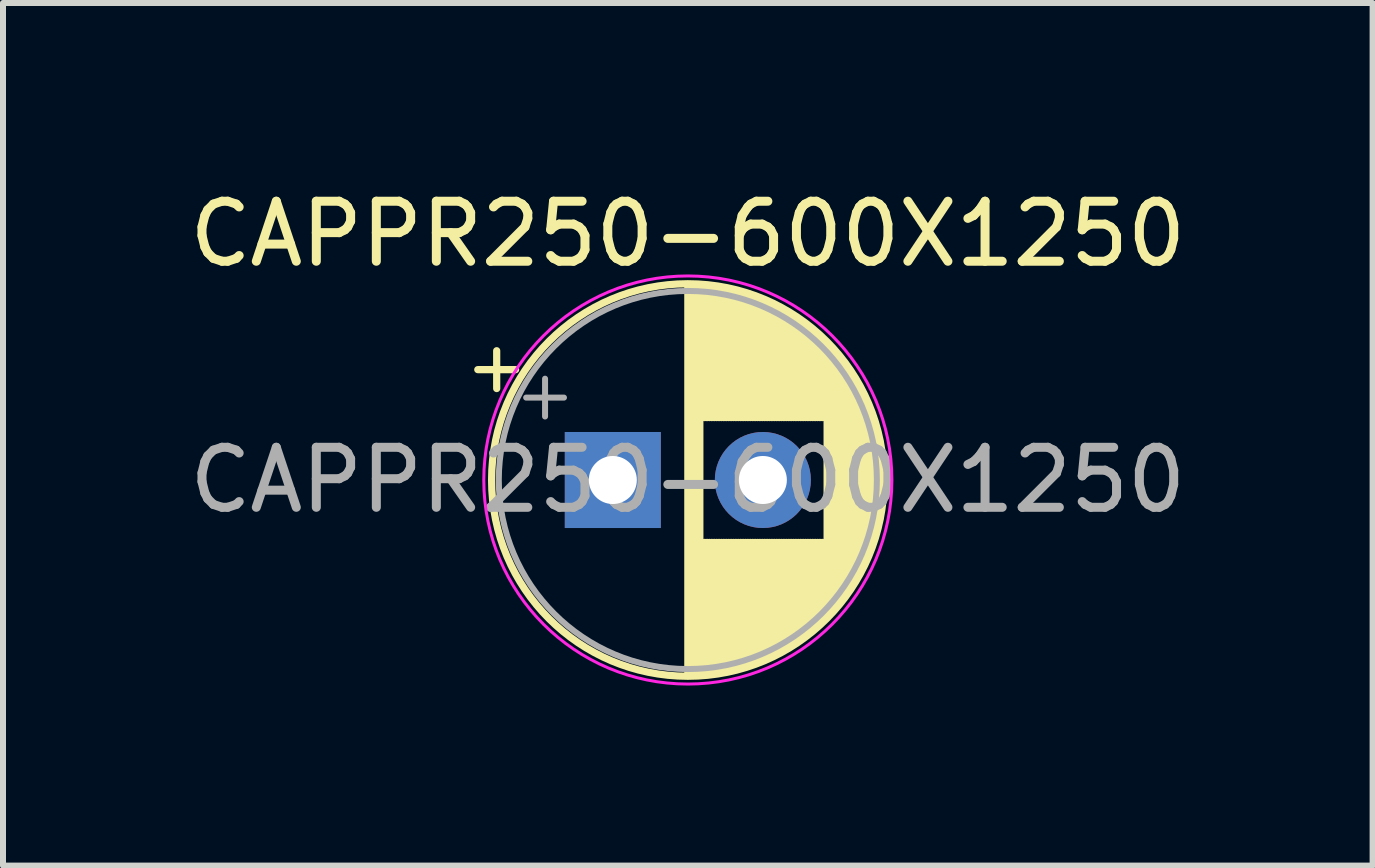
<source format=kicad_pcb>
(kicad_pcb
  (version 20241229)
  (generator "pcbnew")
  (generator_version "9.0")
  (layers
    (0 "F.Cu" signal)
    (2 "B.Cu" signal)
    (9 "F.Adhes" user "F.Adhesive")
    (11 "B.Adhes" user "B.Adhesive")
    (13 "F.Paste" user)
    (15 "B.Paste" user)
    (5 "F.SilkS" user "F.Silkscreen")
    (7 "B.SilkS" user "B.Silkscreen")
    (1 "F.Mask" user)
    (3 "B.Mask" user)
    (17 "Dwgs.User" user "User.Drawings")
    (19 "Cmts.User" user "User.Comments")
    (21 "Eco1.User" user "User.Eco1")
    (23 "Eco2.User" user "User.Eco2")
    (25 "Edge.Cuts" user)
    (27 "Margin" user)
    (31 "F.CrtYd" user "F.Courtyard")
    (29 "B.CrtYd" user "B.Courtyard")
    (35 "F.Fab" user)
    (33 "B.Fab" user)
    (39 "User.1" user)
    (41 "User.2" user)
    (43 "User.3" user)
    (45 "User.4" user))
  (footprint "CAPPR250-600X1250"
    (layer "F.Cu")
    (at 8.411 4.948)
    (property "Reference" "CAPPR250-600X1250" (at 0 -4.1 0) (layer "F.SilkS") (effects (font (size 1 1) (thickness 0.15))))
    (attr through_hole)
    (fp_line (start -3.5 -1.839) (end -2.87 -1.839) (stroke (width 0.12) (type solid)) (layer "F.SilkS"))
    (fp_line (start -3.185 -2.154) (end -3.185 -1.524) (stroke (width 0.12) (type solid)) (layer "F.SilkS"))
    (fp_line (start 0 -3.23) (end 0 3.23) (stroke (width 0.12) (type solid)) (layer "F.SilkS"))
    (fp_line (start 0.04 -3.23) (end 0.04 3.23) (stroke (width 0.12) (type solid)) (layer "F.SilkS"))
    (fp_line (start 0.08 -3.23) (end 0.08 3.23) (stroke (width 0.12) (type solid)) (layer "F.SilkS"))
    (fp_line (start 0.12 -3.228) (end 0.12 3.228) (stroke (width 0.12) (type solid)) (layer "F.SilkS"))
    (fp_line (start 0.16 -3.227) (end 0.16 3.227) (stroke (width 0.12) (type solid)) (layer "F.SilkS"))
    (fp_line (start 0.2 -3.224) (end 0.2 3.224) (stroke (width 0.12) (type solid)) (layer "F.SilkS"))
    (fp_line (start 0.24 -3.222) (end 0.24 -1.04) (stroke (width 0.12) (type solid)) (layer "F.SilkS"))
    (fp_line (start 0.24 1.04) (end 0.24 3.222) (stroke (width 0.12) (type solid)) (layer "F.SilkS"))
    (fp_line (start 0.28 -3.218) (end 0.28 -1.04) (stroke (width 0.12) (type solid)) (layer "F.SilkS"))
    (fp_line (start 0.28 1.04) (end 0.28 3.218) (stroke (width 0.12) (type solid)) (layer "F.SilkS"))
    (fp_line (start 0.32 -3.215) (end 0.32 -1.04) (stroke (width 0.12) (type solid)) (layer "F.SilkS"))
    (fp_line (start 0.32 1.04) (end 0.32 3.215) (stroke (width 0.12) (type solid)) (layer "F.SilkS"))
    (fp_line (start 0.36 -3.211) (end 0.36 -1.04) (stroke (width 0.12) (type solid)) (layer "F.SilkS"))
    (fp_line (start 0.36 1.04) (end 0.36 3.211) (stroke (width 0.12) (type solid)) (layer "F.SilkS"))
    (fp_line (start 0.4 -3.206) (end 0.4 -1.04) (stroke (width 0.12) (type solid)) (layer "F.SilkS"))
    (fp_line (start 0.4 1.04) (end 0.4 3.206) (stroke (width 0.12) (type solid)) (layer "F.SilkS"))
    (fp_line (start 0.44 -3.201) (end 0.44 -1.04) (stroke (width 0.12) (type solid)) (layer "F.SilkS"))
    (fp_line (start 0.44 1.04) (end 0.44 3.201) (stroke (width 0.12) (type solid)) (layer "F.SilkS"))
    (fp_line (start 0.48 -3.195) (end 0.48 -1.04) (stroke (width 0.12) (type solid)) (layer "F.SilkS"))
    (fp_line (start 0.48 1.04) (end 0.48 3.195) (stroke (width 0.12) (type solid)) (layer "F.SilkS"))
    (fp_line (start 0.52 -3.189) (end 0.52 -1.04) (stroke (width 0.12) (type solid)) (layer "F.SilkS"))
    (fp_line (start 0.52 1.04) (end 0.52 3.189) (stroke (width 0.12) (type solid)) (layer "F.SilkS"))
    (fp_line (start 0.56 -3.182) (end 0.56 -1.04) (stroke (width 0.12) (type solid)) (layer "F.SilkS"))
    (fp_line (start 0.56 1.04) (end 0.56 3.182) (stroke (width 0.12) (type solid)) (layer "F.SilkS"))
    (fp_line (start 0.6 -3.175) (end 0.6 -1.04) (stroke (width 0.12) (type solid)) (layer "F.SilkS"))
    (fp_line (start 0.6 1.04) (end 0.6 3.175) (stroke (width 0.12) (type solid)) (layer "F.SilkS"))
    (fp_line (start 0.64 -3.167) (end 0.64 -1.04) (stroke (width 0.12) (type solid)) (layer "F.SilkS"))
    (fp_line (start 0.64 1.04) (end 0.64 3.167) (stroke (width 0.12) (type solid)) (layer "F.SilkS"))
    (fp_line (start 0.68 -3.159) (end 0.68 -1.04) (stroke (width 0.12) (type solid)) (layer "F.SilkS"))
    (fp_line (start 0.68 1.04) (end 0.68 3.159) (stroke (width 0.12) (type solid)) (layer "F.SilkS"))
    (fp_line (start 0.721 -3.15) (end 0.721 -1.04) (stroke (width 0.12) (type solid)) (layer "F.SilkS"))
    (fp_line (start 0.721 1.04) (end 0.721 3.15) (stroke (width 0.12) (type solid)) (layer "F.SilkS"))
    (fp_line (start 0.761 -3.141) (end 0.761 -1.04) (stroke (width 0.12) (type solid)) (layer "F.SilkS"))
    (fp_line (start 0.761 1.04) (end 0.761 3.141) (stroke (width 0.12) (type solid)) (layer "F.SilkS"))
    (fp_line (start 0.801 -3.131) (end 0.801 -1.04) (stroke (width 0.12) (type solid)) (layer "F.SilkS"))
    (fp_line (start 0.801 1.04) (end 0.801 3.131) (stroke (width 0.12) (type solid)) (layer "F.SilkS"))
    (fp_line (start 0.841 -3.121) (end 0.841 -1.04) (stroke (width 0.12) (type solid)) (layer "F.SilkS"))
    (fp_line (start 0.841 1.04) (end 0.841 3.121) (stroke (width 0.12) (type solid)) (layer "F.SilkS"))
    (fp_line (start 0.881 -3.11) (end 0.881 -1.04) (stroke (width 0.12) (type solid)) (layer "F.SilkS"))
    (fp_line (start 0.881 1.04) (end 0.881 3.11) (stroke (width 0.12) (type solid)) (layer "F.SilkS"))
    (fp_line (start 0.921 -3.098) (end 0.921 -1.04) (stroke (width 0.12) (type solid)) (layer "F.SilkS"))
    (fp_line (start 0.921 1.04) (end 0.921 3.098) (stroke (width 0.12) (type solid)) (layer "F.SilkS"))
    (fp_line (start 0.961 -3.086) (end 0.961 -1.04) (stroke (width 0.12) (type solid)) (layer "F.SilkS"))
    (fp_line (start 0.961 1.04) (end 0.961 3.086) (stroke (width 0.12) (type solid)) (layer "F.SilkS"))
    (fp_line (start 1.001 -3.074) (end 1.001 -1.04) (stroke (width 0.12) (type solid)) (layer "F.SilkS"))
    (fp_line (start 1.001 1.04) (end 1.001 3.074) (stroke (width 0.12) (type solid)) (layer "F.SilkS"))
    (fp_line (start 1.041 -3.061) (end 1.041 -1.04) (stroke (width 0.12) (type solid)) (layer "F.SilkS"))
    (fp_line (start 1.041 1.04) (end 1.041 3.061) (stroke (width 0.12) (type solid)) (layer "F.SilkS"))
    (fp_line (start 1.081 -3.047) (end 1.081 -1.04) (stroke (width 0.12) (type solid)) (layer "F.SilkS"))
    (fp_line (start 1.081 1.04) (end 1.081 3.047) (stroke (width 0.12) (type solid)) (layer "F.SilkS"))
    (fp_line (start 1.121 -3.033) (end 1.121 -1.04) (stroke (width 0.12) (type solid)) (layer "F.SilkS"))
    (fp_line (start 1.121 1.04) (end 1.121 3.033) (stroke (width 0.12) (type solid)) (layer "F.SilkS"))
    (fp_line (start 1.161 -3.018) (end 1.161 -1.04) (stroke (width 0.12) (type solid)) (layer "F.SilkS"))
    (fp_line (start 1.161 1.04) (end 1.161 3.018) (stroke (width 0.12) (type solid)) (layer "F.SilkS"))
    (fp_line (start 1.201 -3.002) (end 1.201 -1.04) (stroke (width 0.12) (type solid)) (layer "F.SilkS"))
    (fp_line (start 1.201 1.04) (end 1.201 3.002) (stroke (width 0.12) (type solid)) (layer "F.SilkS"))
    (fp_line (start 1.241 -2.986) (end 1.241 -1.04) (stroke (width 0.12) (type solid)) (layer "F.SilkS"))
    (fp_line (start 1.241 1.04) (end 1.241 2.986) (stroke (width 0.12) (type solid)) (layer "F.SilkS"))
    (fp_line (start 1.281 -2.97) (end 1.281 -1.04) (stroke (width 0.12) (type solid)) (layer "F.SilkS"))
    (fp_line (start 1.281 1.04) (end 1.281 2.97) (stroke (width 0.12) (type solid)) (layer "F.SilkS"))
    (fp_line (start 1.321 -2.952) (end 1.321 -1.04) (stroke (width 0.12) (type solid)) (layer "F.SilkS"))
    (fp_line (start 1.321 1.04) (end 1.321 2.952) (stroke (width 0.12) (type solid)) (layer "F.SilkS"))
    (fp_line (start 1.361 -2.934) (end 1.361 -1.04) (stroke (width 0.12) (type solid)) (layer "F.SilkS"))
    (fp_line (start 1.361 1.04) (end 1.361 2.934) (stroke (width 0.12) (type solid)) (layer "F.SilkS"))
    (fp_line (start 1.401 -2.916) (end 1.401 -1.04) (stroke (width 0.12) (type solid)) (layer "F.SilkS"))
    (fp_line (start 1.401 1.04) (end 1.401 2.916) (stroke (width 0.12) (type solid)) (layer "F.SilkS"))
    (fp_line (start 1.441 -2.896) (end 1.441 -1.04) (stroke (width 0.12) (type solid)) (layer "F.SilkS"))
    (fp_line (start 1.441 1.04) (end 1.441 2.896) (stroke (width 0.12) (type solid)) (layer "F.SilkS"))
    (fp_line (start 1.481 -2.876) (end 1.481 -1.04) (stroke (width 0.12) (type solid)) (layer "F.SilkS"))
    (fp_line (start 1.481 1.04) (end 1.481 2.876) (stroke (width 0.12) (type solid)) (layer "F.SilkS"))
    (fp_line (start 1.521 -2.856) (end 1.521 -1.04) (stroke (width 0.12) (type solid)) (layer "F.SilkS"))
    (fp_line (start 1.521 1.04) (end 1.521 2.856) (stroke (width 0.12) (type solid)) (layer "F.SilkS"))
    (fp_line (start 1.561 -2.834) (end 1.561 -1.04) (stroke (width 0.12) (type solid)) (layer "F.SilkS"))
    (fp_line (start 1.561 1.04) (end 1.561 2.834) (stroke (width 0.12) (type solid)) (layer "F.SilkS"))
    (fp_line (start 1.601 -2.812) (end 1.601 -1.04) (stroke (width 0.12) (type solid)) (layer "F.SilkS"))
    (fp_line (start 1.601 1.04) (end 1.601 2.812) (stroke (width 0.12) (type solid)) (layer "F.SilkS"))
    (fp_line (start 1.641 -2.79) (end 1.641 -1.04) (stroke (width 0.12) (type solid)) (layer "F.SilkS"))
    (fp_line (start 1.641 1.04) (end 1.641 2.79) (stroke (width 0.12) (type solid)) (layer "F.SilkS"))
    (fp_line (start 1.681 -2.766) (end 1.681 -1.04) (stroke (width 0.12) (type solid)) (layer "F.SilkS"))
    (fp_line (start 1.681 1.04) (end 1.681 2.766) (stroke (width 0.12) (type solid)) (layer "F.SilkS"))
    (fp_line (start 1.721 -2.742) (end 1.721 -1.04) (stroke (width 0.12) (type solid)) (layer "F.SilkS"))
    (fp_line (start 1.721 1.04) (end 1.721 2.742) (stroke (width 0.12) (type solid)) (layer "F.SilkS"))
    (fp_line (start 1.761 -2.716) (end 1.761 -1.04) (stroke (width 0.12) (type solid)) (layer "F.SilkS"))
    (fp_line (start 1.761 1.04) (end 1.761 2.716) (stroke (width 0.12) (type solid)) (layer "F.SilkS"))
    (fp_line (start 1.801 -2.69) (end 1.801 -1.04) (stroke (width 0.12) (type solid)) (layer "F.SilkS"))
    (fp_line (start 1.801 1.04) (end 1.801 2.69) (stroke (width 0.12) (type solid)) (layer "F.SilkS"))
    (fp_line (start 1.841 -2.664) (end 1.841 -1.04) (stroke (width 0.12) (type solid)) (layer "F.SilkS"))
    (fp_line (start 1.841 1.04) (end 1.841 2.664) (stroke (width 0.12) (type solid)) (layer "F.SilkS"))
    (fp_line (start 1.881 -2.636) (end 1.881 -1.04) (stroke (width 0.12) (type solid)) (layer "F.SilkS"))
    (fp_line (start 1.881 1.04) (end 1.881 2.636) (stroke (width 0.12) (type solid)) (layer "F.SilkS"))
    (fp_line (start 1.921 -2.607) (end 1.921 -1.04) (stroke (width 0.12) (type solid)) (layer "F.SilkS"))
    (fp_line (start 1.921 1.04) (end 1.921 2.607) (stroke (width 0.12) (type solid)) (layer "F.SilkS"))
    (fp_line (start 1.961 -2.578) (end 1.961 -1.04) (stroke (width 0.12) (type solid)) (layer "F.SilkS"))
    (fp_line (start 1.961 1.04) (end 1.961 2.578) (stroke (width 0.12) (type solid)) (layer "F.SilkS"))
    (fp_line (start 2.001 -2.548) (end 2.001 -1.04) (stroke (width 0.12) (type solid)) (layer "F.SilkS"))
    (fp_line (start 2.001 1.04) (end 2.001 2.548) (stroke (width 0.12) (type solid)) (layer "F.SilkS"))
    (fp_line (start 2.041 -2.516) (end 2.041 -1.04) (stroke (width 0.12) (type solid)) (layer "F.SilkS"))
    (fp_line (start 2.041 1.04) (end 2.041 2.516) (stroke (width 0.12) (type solid)) (layer "F.SilkS"))
    (fp_line (start 2.081 -2.484) (end 2.081 -1.04) (stroke (width 0.12) (type solid)) (layer "F.SilkS"))
    (fp_line (start 2.081 1.04) (end 2.081 2.484) (stroke (width 0.12) (type solid)) (layer "F.SilkS"))
    (fp_line (start 2.121 -2.45) (end 2.121 -1.04) (stroke (width 0.12) (type solid)) (layer "F.SilkS"))
    (fp_line (start 2.121 1.04) (end 2.121 2.45) (stroke (width 0.12) (type solid)) (layer "F.SilkS"))
    (fp_line (start 2.161 -2.416) (end 2.161 -1.04) (stroke (width 0.12) (type solid)) (layer "F.SilkS"))
    (fp_line (start 2.161 1.04) (end 2.161 2.416) (stroke (width 0.12) (type solid)) (layer "F.SilkS"))
    (fp_line (start 2.201 -2.38) (end 2.201 -1.04) (stroke (width 0.12) (type solid)) (layer "F.SilkS"))
    (fp_line (start 2.201 1.04) (end 2.201 2.38) (stroke (width 0.12) (type solid)) (layer "F.SilkS"))
    (fp_line (start 2.241 -2.343) (end 2.241 -1.04) (stroke (width 0.12) (type solid)) (layer "F.SilkS"))
    (fp_line (start 2.241 1.04) (end 2.241 2.343) (stroke (width 0.12) (type solid)) (layer "F.SilkS"))
    (fp_line (start 2.281 -2.305) (end 2.281 -1.04) (stroke (width 0.12) (type solid)) (layer "F.SilkS"))
    (fp_line (start 2.281 1.04) (end 2.281 2.305) (stroke (width 0.12) (type solid)) (layer "F.SilkS"))
    (fp_line (start 2.321 -2.265) (end 2.321 2.265) (stroke (width 0.12) (type solid)) (layer "F.SilkS"))
    (fp_line (start 2.361 -2.224) (end 2.361 2.224) (stroke (width 0.12) (type solid)) (layer "F.SilkS"))
    (fp_line (start 2.401 -2.182) (end 2.401 2.182) (stroke (width 0.12) (type solid)) (layer "F.SilkS"))
    (fp_line (start 2.441 -2.137) (end 2.441 2.137) (stroke (width 0.12) (type solid)) (layer "F.SilkS"))
    (fp_line (start 2.481 -2.092) (end 2.481 2.092) (stroke (width 0.12) (type solid)) (layer "F.SilkS"))
    (fp_line (start 2.521 -2.044) (end 2.521 2.044) (stroke (width 0.12) (type solid)) (layer "F.SilkS"))
    (fp_line (start 2.561 -1.995) (end 2.561 1.995) (stroke (width 0.12) (type solid)) (layer "F.SilkS"))
    (fp_line (start 2.601 -1.944) (end 2.601 1.944) (stroke (width 0.12) (type solid)) (layer "F.SilkS"))
    (fp_line (start 2.641 -1.89) (end 2.641 1.89) (stroke (width 0.12) (type solid)) (layer "F.SilkS"))
    (fp_line (start 2.681 -1.834) (end 2.681 1.834) (stroke (width 0.12) (type solid)) (layer "F.SilkS"))
    (fp_line (start 2.721 -1.776) (end 2.721 1.776) (stroke (width 0.12) (type solid)) (layer "F.SilkS"))
    (fp_line (start 2.761 -1.714) (end 2.761 1.714) (stroke (width 0.12) (type solid)) (layer "F.SilkS"))
    (fp_line (start 2.801 -1.65) (end 2.801 1.65) (stroke (width 0.12) (type solid)) (layer "F.SilkS"))
    (fp_line (start 2.841 -1.581) (end 2.841 1.581) (stroke (width 0.12) (type solid)) (layer "F.SilkS"))
    (fp_line (start 2.881 -1.509) (end 2.881 1.509) (stroke (width 0.12) (type solid)) (layer "F.SilkS"))
    (fp_line (start 2.921 -1.432) (end 2.921 1.432) (stroke (width 0.12) (type solid)) (layer "F.SilkS"))
    (fp_line (start 2.961 -1.35) (end 2.961 1.35) (stroke (width 0.12) (type solid)) (layer "F.SilkS"))
    (fp_line (start 3.001 -1.262) (end 3.001 1.262) (stroke (width 0.12) (type solid)) (layer "F.SilkS"))
    (fp_line (start 3.041 -1.165) (end 3.041 1.165) (stroke (width 0.12) (type solid)) (layer "F.SilkS"))
    (fp_line (start 3.081 -1.059) (end 3.081 1.059) (stroke (width 0.12) (type solid)) (layer "F.SilkS"))
    (fp_line (start 3.121 -0.94) (end 3.121 0.94) (stroke (width 0.12) (type solid)) (layer "F.SilkS"))
    (fp_line (start 3.161 -0.802) (end 3.161 0.802) (stroke (width 0.12) (type solid)) (layer "F.SilkS"))
    (fp_line (start 3.201 -0.633) (end 3.201 0.633) (stroke (width 0.12) (type solid)) (layer "F.SilkS"))
    (fp_line (start 3.241 -0.402) (end 3.241 0.402) (stroke (width 0.12) (type solid)) (layer "F.SilkS"))
    (fp_circle (center 0 0) (end 3.27 0) (stroke (width 0.12) (type solid)) (fill no) (layer "F.SilkS"))
    (fp_circle (center 0 0) (end 3.4 0) (stroke (width 0.05) (type solid)) (fill no) (layer "F.CrtYd"))
    (fp_line (start -2.694 -1.373) (end -2.064 -1.373) (stroke (width 0.1) (type solid)) (layer "F.Fab"))
    (fp_line (start -2.379 -1.688) (end -2.379 -1.058) (stroke (width 0.1) (type solid)) (layer "F.Fab"))
    (fp_circle (center 0 0) (end 3.15 0) (stroke (width 0.1) (type solid)) (fill no) (layer "F.Fab"))
    (fp_text user "${REFERENCE}" (at 0 0 0) (layer "F.Fab") (effects (font (size 1 1) (thickness 0.15))))
    (pad "1" thru_hole rect (at -1.25 0) (size 1.6 1.6) (drill 0.8) (layers "*.Cu" "*.Mask"))
    (pad "2" thru_hole circle (at 1.25 0) (size 1.6 1.6) (drill 0.8) (layers "*.Cu" "*.Mask")))
  (gr_rect
    (start -3 -3)
    (end 19.821 11.373)
    (stroke (width 0.1) (type default))
    (fill no)
    (layer "Edge.Cuts")))
</source>
